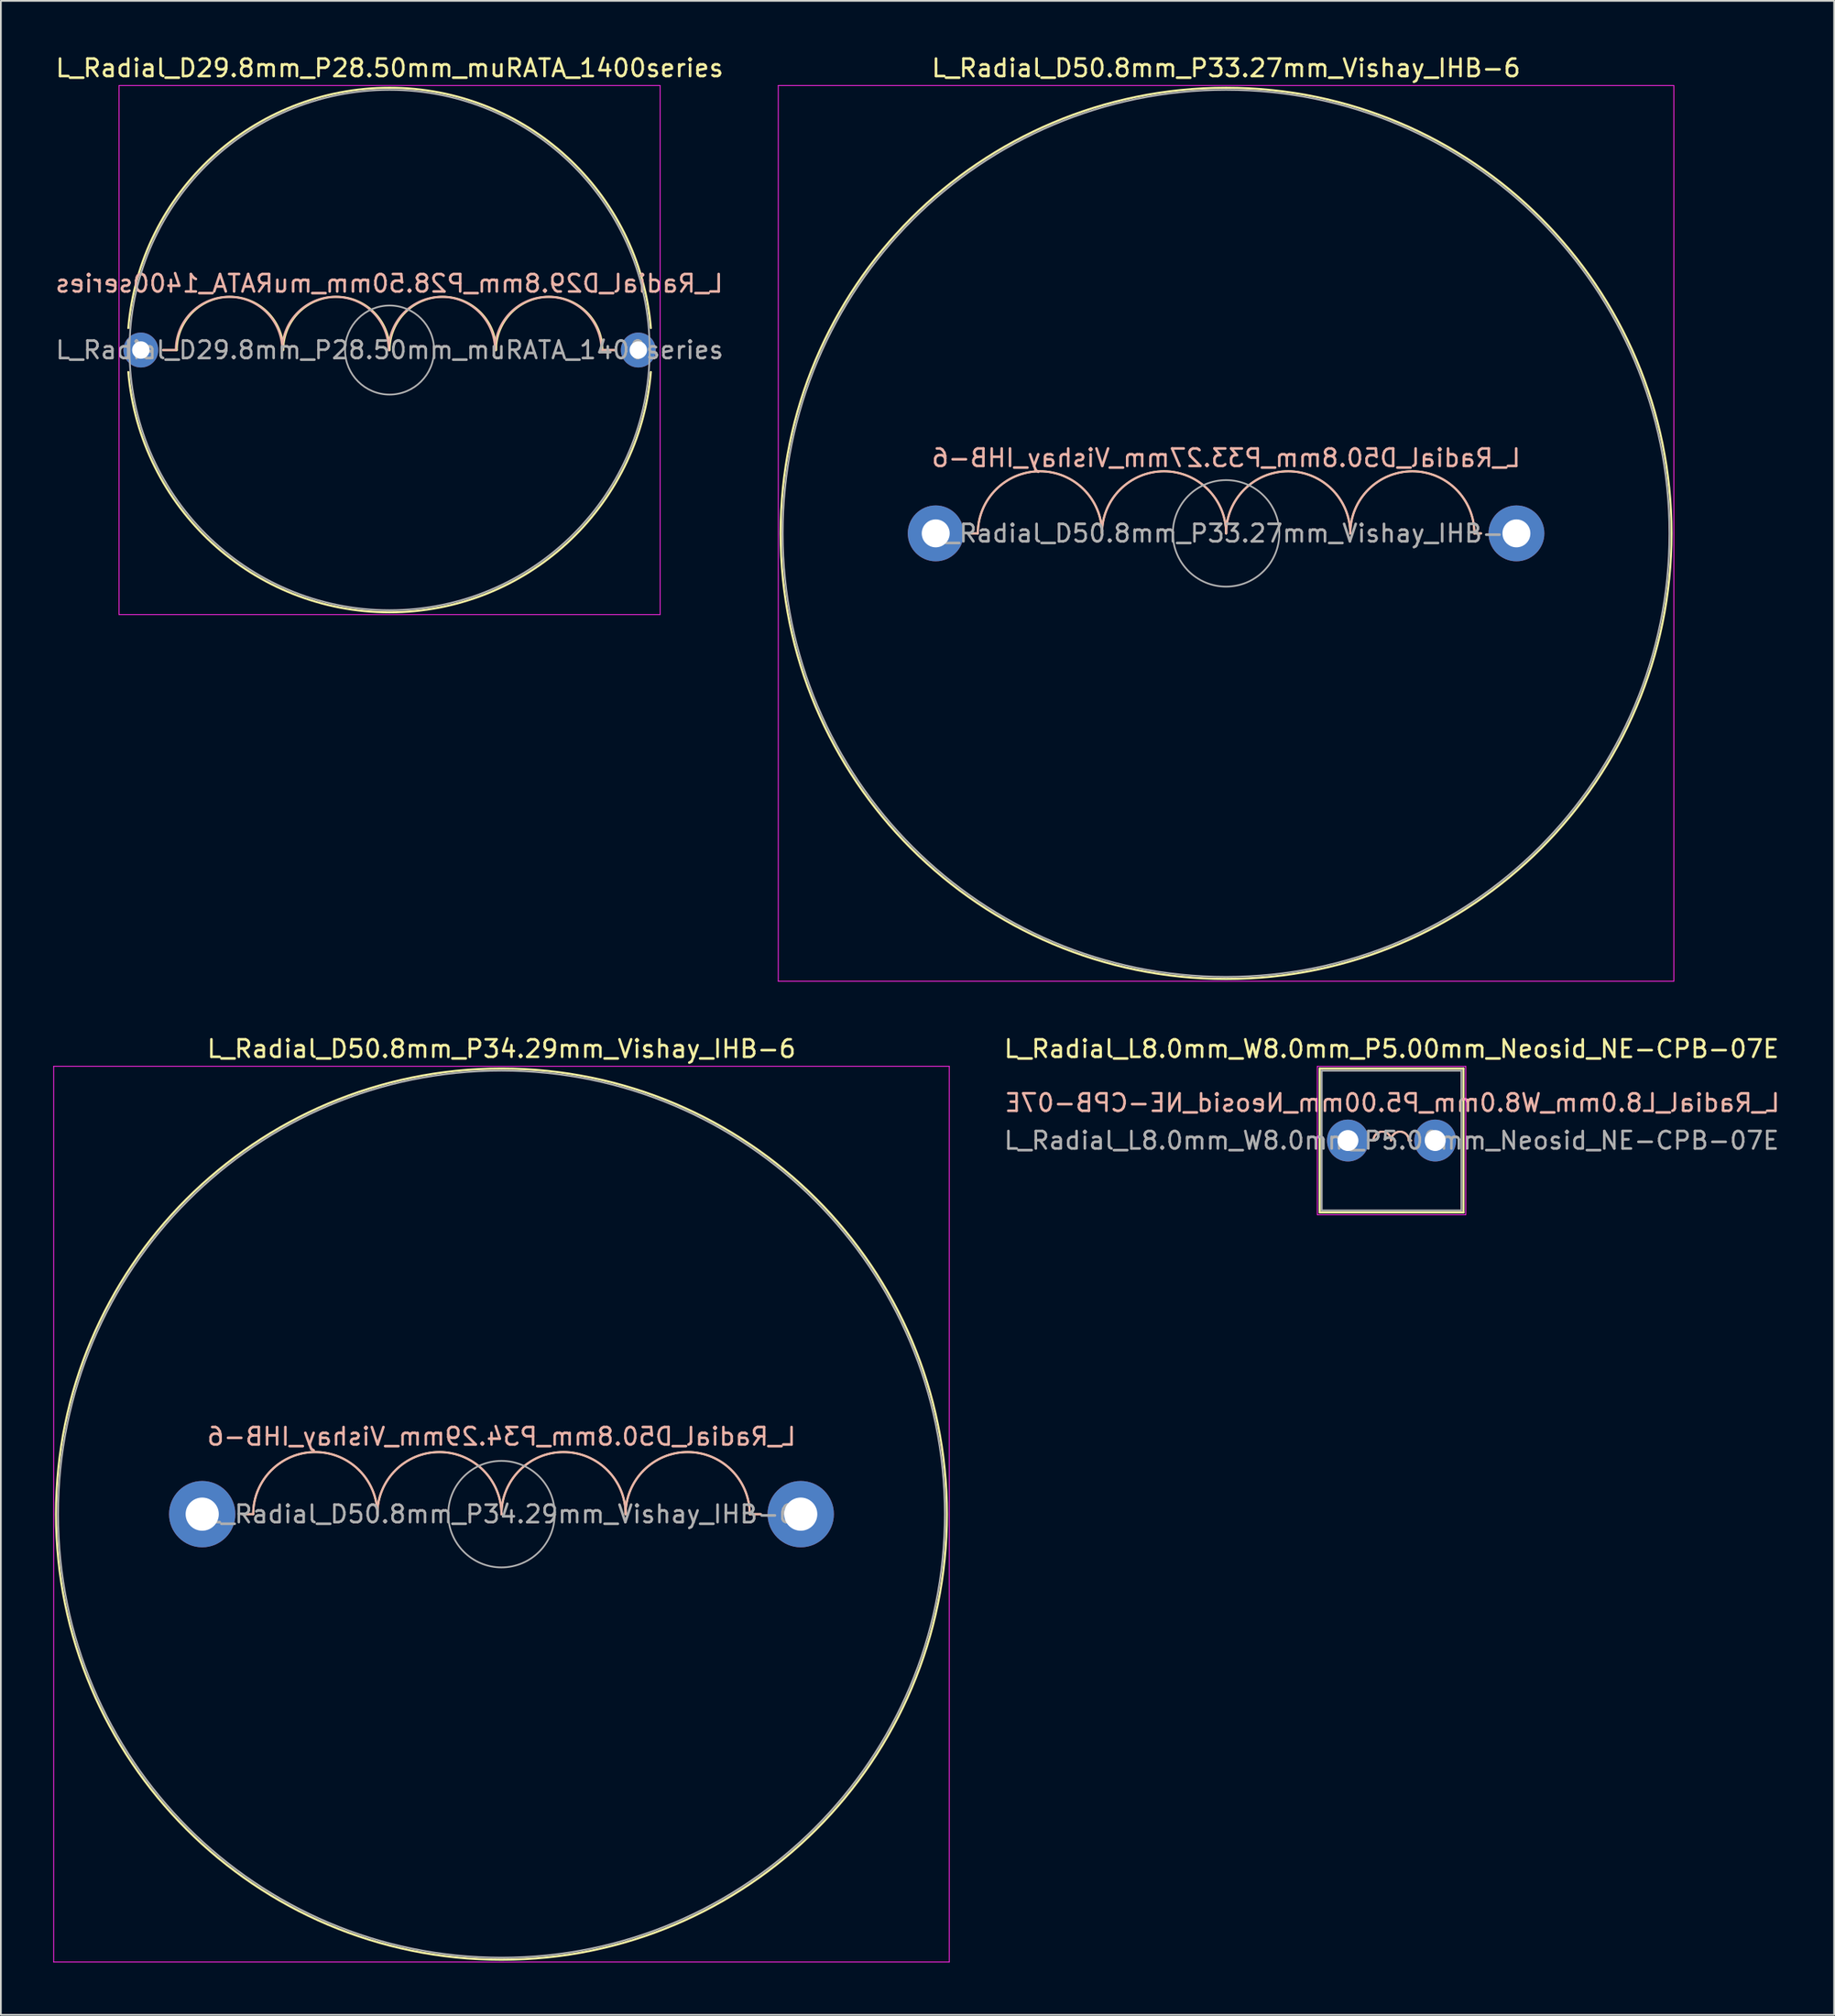
<source format=kicad_pcb>
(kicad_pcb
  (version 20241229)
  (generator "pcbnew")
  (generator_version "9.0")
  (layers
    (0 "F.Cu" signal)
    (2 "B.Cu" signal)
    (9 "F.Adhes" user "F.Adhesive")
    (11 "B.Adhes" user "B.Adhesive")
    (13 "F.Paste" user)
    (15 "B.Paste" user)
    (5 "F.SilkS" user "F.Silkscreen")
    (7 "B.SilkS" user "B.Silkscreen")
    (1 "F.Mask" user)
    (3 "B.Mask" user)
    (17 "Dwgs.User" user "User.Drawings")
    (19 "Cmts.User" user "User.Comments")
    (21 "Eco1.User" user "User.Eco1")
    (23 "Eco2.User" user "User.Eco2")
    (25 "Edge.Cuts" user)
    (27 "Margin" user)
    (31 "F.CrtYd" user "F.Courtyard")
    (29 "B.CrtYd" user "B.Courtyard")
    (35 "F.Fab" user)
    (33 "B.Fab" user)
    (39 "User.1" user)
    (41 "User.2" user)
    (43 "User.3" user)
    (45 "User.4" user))
  (footprint "L_Radial_D29.8mm_P28.50mm_muRATA_1400series"
    (layer "F.Cu")
    (at 5.02 16.998)
    (property "Reference" "L_Radial_D29.8mm_P28.50mm_muRATA_1400series" (at 14.25 -16.15 0) (layer "F.SilkS") (effects (font (size 1 1) (thickness 0.15))))
    (fp_line (start 2.058 0) (end 1.27 0) (stroke (width 0.12) (type solid)) (layer "F.SilkS"))
    (fp_line (start 26.442 0) (end 27.178 0) (stroke (width 0.12) (type solid)) (layer "F.SilkS"))
    (fp_arc (start -0.717057 -1.26) (mid 14.25 -15.02) (end 29.217057 -1.26) (stroke (width 0.12) (type solid)) (layer "F.SilkS"))
    (fp_arc (start 2.058 0) (mid 5.106 -3.048) (end 8.154 0) (stroke (width 0.12) (type solid)) (layer "F.SilkS"))
    (fp_arc (start 8.154 0) (mid 11.202 -3.048) (end 14.25 0) (stroke (width 0.12) (type solid)) (layer "F.SilkS"))
    (fp_arc (start 14.25 0) (mid 17.298 -3.048) (end 20.346 0) (stroke (width 0.12) (type solid)) (layer "F.SilkS"))
    (fp_arc (start 20.346 0) (mid 23.394 -3.048) (end 26.442 0) (stroke (width 0.12) (type solid)) (layer "F.SilkS"))
    (fp_arc (start 29.217057 1.26) (mid 14.25 15.02) (end -0.717057 1.26) (stroke (width 0.12) (type solid)) (layer "F.SilkS"))
    (fp_line (start 2.006 0) (end 1.27 0) (stroke (width 0.12) (type solid)) (layer "B.SilkS"))
    (fp_line (start 26.39 0) (end 27.178 0) (stroke (width 0.12) (type solid)) (layer "B.SilkS"))
    (fp_arc (start 2.006 0) (mid 5.054 -3.048) (end 8.102 0) (stroke (width 0.12) (type solid)) (layer "B.SilkS"))
    (fp_arc (start 8.102 0) (mid 11.15 -3.048) (end 14.198 0) (stroke (width 0.12) (type solid)) (layer "B.SilkS"))
    (fp_arc (start 14.198 0) (mid 17.246 -3.048) (end 20.294 0) (stroke (width 0.12) (type solid)) (layer "B.SilkS"))
    (fp_arc (start 20.294 0) (mid 23.342 -3.048) (end 26.39 0) (stroke (width 0.12) (type solid)) (layer "B.SilkS"))
    (fp_line (start -1.25 -15.15) (end -1.25 15.15) (stroke (width 0.05) (type solid)) (layer "F.CrtYd"))
    (fp_line (start -1.25 15.15) (end 29.75 15.15) (stroke (width 0.05) (type solid)) (layer "F.CrtYd"))
    (fp_line (start 29.75 -15.15) (end -1.25 -15.15) (stroke (width 0.05) (type solid)) (layer "F.CrtYd"))
    (fp_line (start 29.75 15.15) (end 29.75 -15.15) (stroke (width 0.05) (type solid)) (layer "F.CrtYd"))
    (fp_circle (center 14.25 0) (end 16.8 0) (stroke (width 0.1) (type solid)) (fill no) (layer "F.Fab"))
    (fp_circle (center 14.25 0) (end 29.15 0) (stroke (width 0.1) (type solid)) (fill no) (layer "F.Fab"))
    (fp_text user "${REFERENCE}" (at 14.224 -3.81 0) (layer "B.SilkS") (effects (font (size 1 1) (thickness 0.15)) (justify mirror)))
    (fp_text user "${REFERENCE}" (at 14.25 0 0) (layer "F.Fab") (effects (font (size 1 1) (thickness 0.15))))
    (pad "1" thru_hole circle (at 0 0) (size 2 2) (drill 1) (layers "*.Cu" "*.Mask"))
    (pad "2" thru_hole circle (at 28.5 0) (size 2 2) (drill 1) (layers "*.Cu" "*.Mask")))
  (footprint "L_Radial_D50.8mm_P33.27mm_Vishay_IHB-6"
    (layer "F.Cu")
    (at 50.559 27.498)
    (property "Reference" "L_Radial_D50.8mm_P33.27mm_Vishay_IHB-6" (at 16.635 -26.65 0) (layer "F.SilkS") (effects (font (size 1 1) (thickness 0.15))))
    (fp_line (start 2.411 0) (end 2.032 0) (stroke (width 0.12) (type solid)) (layer "F.SilkS"))
    (fp_line (start 30.859 0) (end 31.242 0) (stroke (width 0.12) (type solid)) (layer "F.SilkS"))
    (fp_arc (start 2.411 0) (mid 5.967 -3.556) (end 9.523 0) (stroke (width 0.12) (type solid)) (layer "F.SilkS"))
    (fp_arc (start 9.523 0) (mid 13.079 -3.556) (end 16.635 0) (stroke (width 0.12) (type solid)) (layer "F.SilkS"))
    (fp_arc (start 16.635 0) (mid 20.191 -3.556) (end 23.747 0) (stroke (width 0.12) (type solid)) (layer "F.SilkS"))
    (fp_arc (start 23.747 0) (mid 27.303 -3.556) (end 30.859 0) (stroke (width 0.12) (type solid)) (layer "F.SilkS"))
    (fp_circle (center 16.635 0) (end 42.155 0) (stroke (width 0.12) (type solid)) (fill no) (layer "F.SilkS"))
    (fp_line (start 2.417 0) (end 2.034 0) (stroke (width 0.12) (type solid)) (layer "B.SilkS"))
    (fp_line (start 30.865 0) (end 31.244 0) (stroke (width 0.12) (type solid)) (layer "B.SilkS"))
    (fp_arc (start 2.417 0) (mid 5.973 -3.556) (end 9.529 0) (stroke (width 0.12) (type solid)) (layer "B.SilkS"))
    (fp_arc (start 9.529 0) (mid 13.085 -3.556) (end 16.641 0) (stroke (width 0.12) (type solid)) (layer "B.SilkS"))
    (fp_arc (start 16.641 0) (mid 20.197 -3.556) (end 23.753 0) (stroke (width 0.12) (type solid)) (layer "B.SilkS"))
    (fp_arc (start 23.753 0) (mid 27.309 -3.556) (end 30.865 0) (stroke (width 0.12) (type solid)) (layer "B.SilkS"))
    (fp_line (start -9.02 -25.65) (end -9.02 25.65) (stroke (width 0.05) (type solid)) (layer "F.CrtYd"))
    (fp_line (start -9.02 25.65) (end 42.29 25.65) (stroke (width 0.05) (type solid)) (layer "F.CrtYd"))
    (fp_line (start 42.29 -25.65) (end -9.02 -25.65) (stroke (width 0.05) (type solid)) (layer "F.CrtYd"))
    (fp_line (start 42.29 25.65) (end 42.29 -25.65) (stroke (width 0.05) (type solid)) (layer "F.CrtYd"))
    (fp_circle (center 16.635 0) (end 19.685 0) (stroke (width 0.1) (type solid)) (fill no) (layer "F.Fab"))
    (fp_circle (center 16.635 0) (end 42.035 0) (stroke (width 0.1) (type solid)) (fill no) (layer "F.Fab"))
    (fp_text user "${REFERENCE}" (at 16.637 -4.318 0) (layer "B.SilkS") (effects (font (size 1 1) (thickness 0.15)) (justify mirror)))
    (fp_text user "${REFERENCE}" (at 16.635 0 0) (layer "F.Fab") (effects (font (size 1 1) (thickness 0.15))))
    (pad "1" thru_hole circle (at 0 0) (size 3.2 3.2) (drill 1.6) (layers "*.Cu" "*.Mask"))
    (pad "2" thru_hole circle (at 33.27 0) (size 3.2 3.2) (drill 1.6) (layers "*.Cu" "*.Mask")))
  (footprint "L_Radial_L8.0mm_W8.0mm_P5.00mm_Neosid_NE-CPB-07E"
    (layer "F.Cu")
    (at 74.175 62.272)
    (property "Reference" "L_Radial_L8.0mm_W8.0mm_P5.00mm_Neosid_NE-CPB-07E" (at 2.5 -5.25 0) (layer "F.SilkS") (effects (font (size 1 1) (thickness 0.15))))
    (fp_line (start -1.62 -4.12) (end -1.62 4.12) (stroke (width 0.12) (type solid)) (layer "F.SilkS"))
    (fp_line (start -1.62 -4.12) (end 6.62 -4.12) (stroke (width 0.12) (type solid)) (layer "F.SilkS"))
    (fp_line (start -1.62 4.12) (end 6.62 4.12) (stroke (width 0.12) (type solid)) (layer "F.SilkS"))
    (fp_line (start 1.46 0) (end 1.333 0) (stroke (width 0.12) (type solid)) (layer "F.SilkS"))
    (fp_line (start 3.493 0) (end 3.619 0) (stroke (width 0.12) (type solid)) (layer "F.SilkS"))
    (fp_line (start 6.62 -4.12) (end 6.62 4.12) (stroke (width 0.12) (type solid)) (layer "F.SilkS"))
    (fp_arc (start 1.4605 0) (mid 1.9685 -0.508) (end 2.4765 0) (stroke (width 0.12) (type solid)) (layer "F.SilkS"))
    (fp_arc (start 2.4765 0) (mid 2.9845 -0.508) (end 3.4925 0) (stroke (width 0.12) (type solid)) (layer "F.SilkS"))
    (fp_line (start 1.46 0) (end 1.333 0) (stroke (width 0.12) (type solid)) (layer "B.SilkS"))
    (fp_line (start 3.493 0) (end 3.619 0) (stroke (width 0.12) (type solid)) (layer "B.SilkS"))
    (fp_arc (start 1.4605 0) (mid 1.9685 -0.508) (end 2.4765 0) (stroke (width 0.12) (type solid)) (layer "B.SilkS"))
    (fp_arc (start 2.4765 0) (mid 2.9845 -0.508) (end 3.4925 0) (stroke (width 0.12) (type solid)) (layer "B.SilkS"))
    (fp_line (start -1.75 -4.25) (end -1.75 4.25) (stroke (width 0.05) (type solid)) (layer "F.CrtYd"))
    (fp_line (start -1.75 4.25) (end 6.75 4.25) (stroke (width 0.05) (type solid)) (layer "F.CrtYd"))
    (fp_line (start 6.75 -4.25) (end -1.75 -4.25) (stroke (width 0.05) (type solid)) (layer "F.CrtYd"))
    (fp_line (start 6.75 4.25) (end 6.75 -4.25) (stroke (width 0.05) (type solid)) (layer "F.CrtYd"))
    (fp_line (start -1.5 -4) (end -1.5 4) (stroke (width 0.1) (type solid)) (layer "F.Fab"))
    (fp_line (start -1.5 4) (end 6.5 4) (stroke (width 0.1) (type solid)) (layer "F.Fab"))
    (fp_line (start 6.5 -4) (end -1.5 -4) (stroke (width 0.1) (type solid)) (layer "F.Fab"))
    (fp_line (start 6.5 4) (end 6.5 -4) (stroke (width 0.1) (type solid)) (layer "F.Fab"))
    (fp_text user "${REFERENCE}" (at 2.54 -2.159 0) (layer "B.SilkS") (effects (font (size 1 1) (thickness 0.15)) (justify mirror)))
    (fp_text user "${REFERENCE}" (at 2.5 0 0) (layer "F.Fab") (effects (font (size 1 1) (thickness 0.15))))
    (pad "1" thru_hole circle (at 0 0) (size 2.4 2.4) (drill 1.2) (layers "*.Cu" "*.Mask"))
    (pad "2" thru_hole circle (at 5 0) (size 2.4 2.4) (drill 1.2) (layers "*.Cu" "*.Mask")))
  (footprint "L_Radial_D50.8mm_P34.29mm_Vishay_IHB-6"
    (layer "F.Cu")
    (at 8.535 83.671)
    (property "Reference" "L_Radial_D50.8mm_P34.29mm_Vishay_IHB-6" (at 17.145 -26.65 0) (layer "F.SilkS") (effects (font (size 1 1) (thickness 0.15))))
    (fp_line (start 2.921 0) (end 2.286 0) (stroke (width 0.12) (type solid)) (layer "F.SilkS"))
    (fp_line (start 31.369 0) (end 32.004 0) (stroke (width 0.12) (type solid)) (layer "F.SilkS"))
    (fp_arc (start 2.921 0) (mid 6.477 -3.556) (end 10.033 0) (stroke (width 0.12) (type solid)) (layer "F.SilkS"))
    (fp_arc (start 10.033 0) (mid 13.589 -3.556) (end 17.145 0) (stroke (width 0.12) (type solid)) (layer "F.SilkS"))
    (fp_arc (start 17.145 0) (mid 20.701 -3.556) (end 24.257 0) (stroke (width 0.12) (type solid)) (layer "F.SilkS"))
    (fp_arc (start 24.257 0) (mid 27.813 -3.556) (end 31.369 0) (stroke (width 0.12) (type solid)) (layer "F.SilkS"))
    (fp_circle (center 17.145 0) (end 42.665 0) (stroke (width 0.12) (type solid)) (fill no) (layer "F.SilkS"))
    (fp_line (start 2.921 0) (end 2.286 0) (stroke (width 0.12) (type solid)) (layer "B.SilkS"))
    (fp_line (start 31.369 0) (end 32.004 0) (stroke (width 0.12) (type solid)) (layer "B.SilkS"))
    (fp_arc (start 2.921 0) (mid 6.477 -3.556) (end 10.033 0) (stroke (width 0.12) (type solid)) (layer "B.SilkS"))
    (fp_arc (start 10.033 0) (mid 13.589 -3.556) (end 17.145 0) (stroke (width 0.12) (type solid)) (layer "B.SilkS"))
    (fp_arc (start 17.145 0) (mid 20.701 -3.556) (end 24.257 0) (stroke (width 0.12) (type solid)) (layer "B.SilkS"))
    (fp_arc (start 24.257 0) (mid 27.813 -3.556) (end 31.369 0) (stroke (width 0.12) (type solid)) (layer "B.SilkS"))
    (fp_line (start -8.51 -25.65) (end -8.51 25.65) (stroke (width 0.05) (type solid)) (layer "F.CrtYd"))
    (fp_line (start -8.51 25.65) (end 42.8 25.65) (stroke (width 0.05) (type solid)) (layer "F.CrtYd"))
    (fp_line (start 42.8 -25.65) (end -8.51 -25.65) (stroke (width 0.05) (type solid)) (layer "F.CrtYd"))
    (fp_line (start 42.8 25.65) (end 42.8 -25.65) (stroke (width 0.05) (type solid)) (layer "F.CrtYd"))
    (fp_circle (center 17.145 0) (end 20.195 0) (stroke (width 0.1) (type solid)) (fill no) (layer "F.Fab"))
    (fp_circle (center 17.145 0) (end 42.545 0) (stroke (width 0.1) (type solid)) (fill no) (layer "F.Fab"))
    (fp_text user "${REFERENCE}" (at 17.145 -4.445 0) (layer "B.SilkS") (effects (font (size 1 1) (thickness 0.15)) (justify mirror)))
    (fp_text user "${REFERENCE}" (at 17.145 0 0) (layer "F.Fab") (effects (font (size 1 1) (thickness 0.15))))
    (pad "1" thru_hole circle (at 0 0) (size 3.8 3.8) (drill 1.9) (layers "*.Cu" "*.Mask"))
    (pad "2" thru_hole circle (at 34.29 0) (size 3.8 3.8) (drill 1.9) (layers "*.Cu" "*.Mask")))
  (gr_rect
    (start -3 -3)
    (end 102.031 112.347)
    (stroke (width 0.1) (type default))
    (fill no)
    (layer "Edge.Cuts")))
</source>
